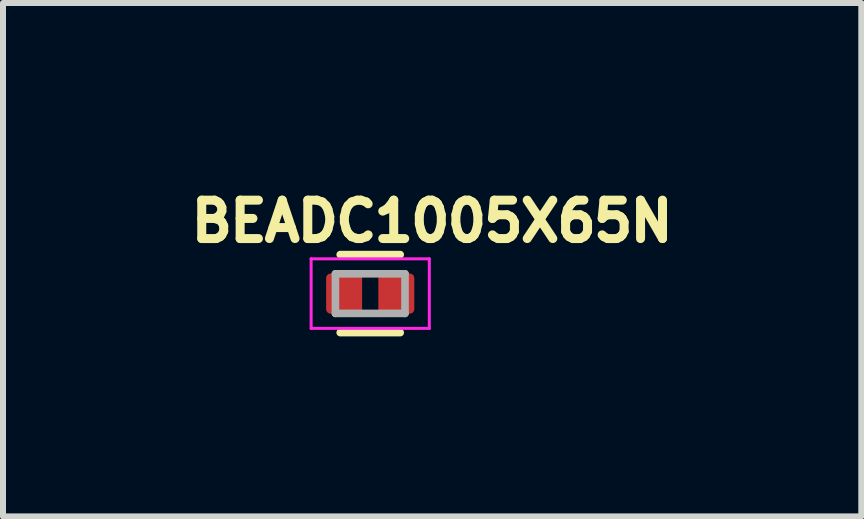
<source format=kicad_pcb>
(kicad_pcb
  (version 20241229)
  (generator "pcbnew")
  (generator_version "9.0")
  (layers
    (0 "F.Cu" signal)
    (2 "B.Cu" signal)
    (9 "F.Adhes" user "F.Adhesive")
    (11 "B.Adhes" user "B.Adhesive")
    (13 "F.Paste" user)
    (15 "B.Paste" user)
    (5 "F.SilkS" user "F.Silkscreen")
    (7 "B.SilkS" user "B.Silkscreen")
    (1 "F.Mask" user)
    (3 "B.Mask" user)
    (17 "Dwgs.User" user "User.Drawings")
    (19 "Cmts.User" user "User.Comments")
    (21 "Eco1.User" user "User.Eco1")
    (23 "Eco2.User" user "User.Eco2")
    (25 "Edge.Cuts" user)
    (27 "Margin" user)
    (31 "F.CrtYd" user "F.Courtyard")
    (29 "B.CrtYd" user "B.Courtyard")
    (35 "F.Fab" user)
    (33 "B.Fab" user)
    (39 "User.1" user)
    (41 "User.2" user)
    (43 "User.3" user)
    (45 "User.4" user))
  (footprint "BEADC1005X65N"
    (layer "F.Cu")
    (at 3.121 1.844)
    (property "Reference" "BEADC1005X65N" (at 1.032 -1.206 0) (layer "F.SilkS") (effects (font (size 0.64 0.64) (thickness 0.15))))
    (attr smd)
    (fp_line (start -0.5 0.65) (end 0.5 0.65) (stroke (width 0.127) (type solid)) (layer "F.SilkS"))
    (fp_line (start 0.5 -0.65) (end -0.5 -0.65) (stroke (width 0.127) (type solid)) (layer "F.SilkS"))
    (fp_line (start -0.985 -0.58) (end -0.985 0.58) (stroke (width 0.05) (type solid)) (layer "F.CrtYd"))
    (fp_line (start -0.985 0.58) (end 0.985 0.58) (stroke (width 0.05) (type solid)) (layer "F.CrtYd"))
    (fp_line (start 0.985 -0.58) (end -0.985 -0.58) (stroke (width 0.05) (type solid)) (layer "F.CrtYd"))
    (fp_line (start 0.985 0.58) (end 0.985 -0.58) (stroke (width 0.05) (type solid)) (layer "F.CrtYd"))
    (fp_line (start -0.58 -0.33) (end -0.58 0.33) (stroke (width 0.127) (type solid)) (layer "F.Fab"))
    (fp_line (start -0.58 0.33) (end 0.58 0.33) (stroke (width 0.127) (type solid)) (layer "F.Fab"))
    (fp_line (start 0.58 -0.33) (end -0.58 -0.33) (stroke (width 0.127) (type solid)) (layer "F.Fab"))
    (fp_line (start 0.58 0.33) (end 0.58 -0.33) (stroke (width 0.127) (type solid)) (layer "F.Fab"))
    (pad "1" smd roundrect (at -0.435 0) (size 0.6 0.67) (layers "F.Cu" "F.Mask" "F.Paste") (roundrect_rratio 0.125))
    (pad "2" smd roundrect (at 0.435 0) (size 0.6 0.67) (layers "F.Cu" "F.Mask" "F.Paste") (roundrect_rratio 0.125)))
  (gr_rect
    (start -3 -3)
    (end 11.307 5.558)
    (stroke (width 0.1) (type default))
    (fill no)
    (layer "Edge.Cuts")))
</source>
